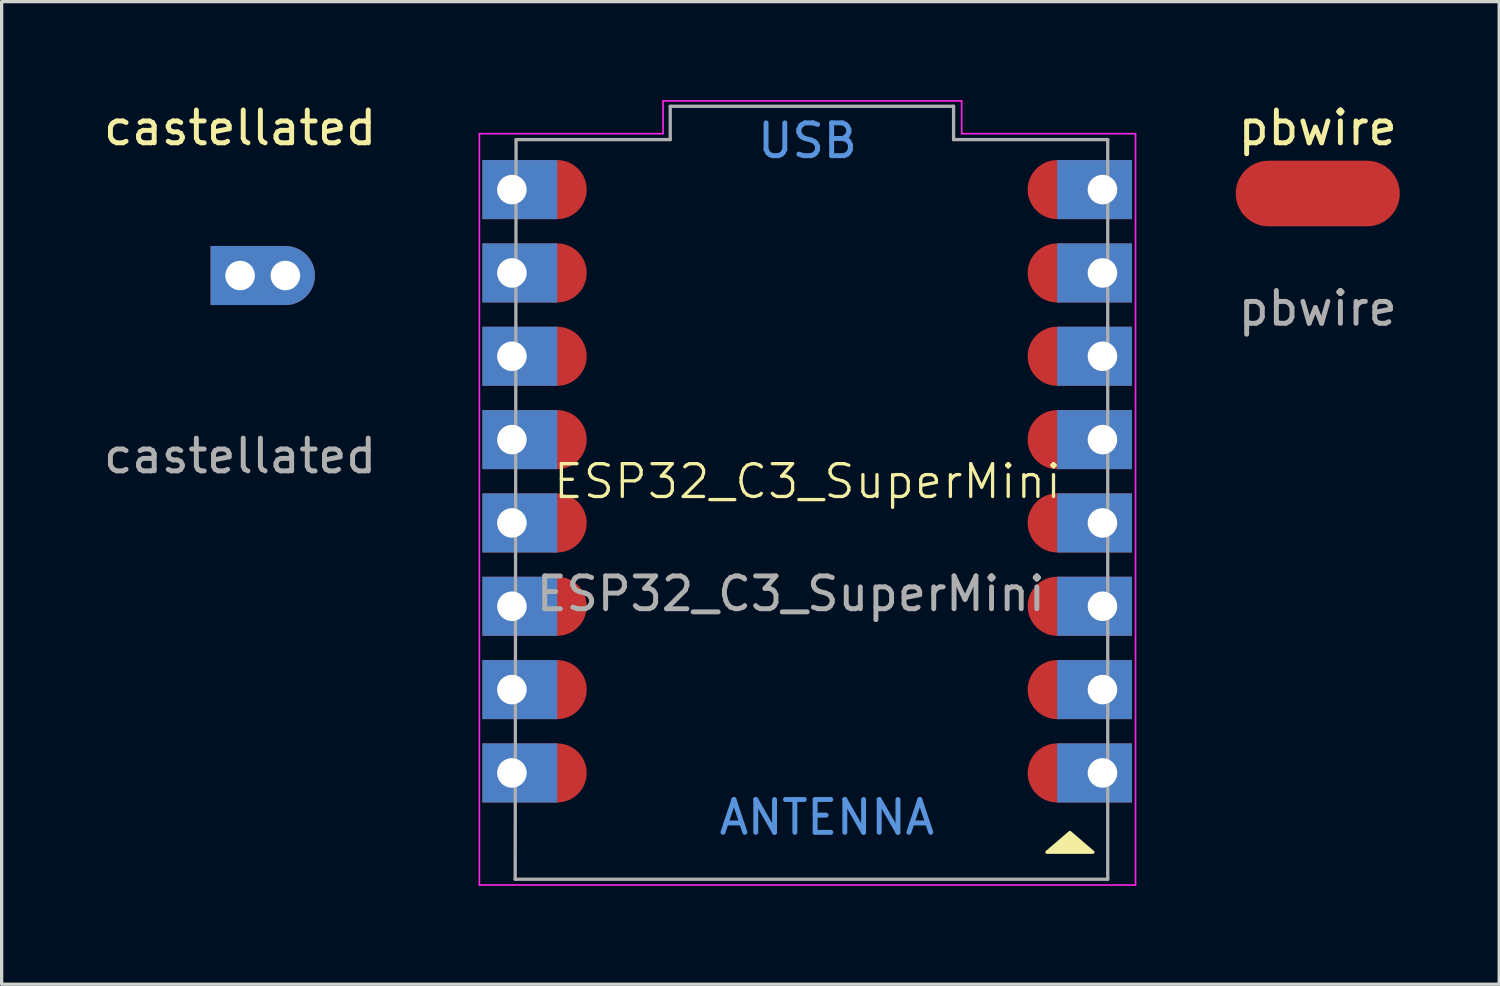
<source format=kicad_pcb>
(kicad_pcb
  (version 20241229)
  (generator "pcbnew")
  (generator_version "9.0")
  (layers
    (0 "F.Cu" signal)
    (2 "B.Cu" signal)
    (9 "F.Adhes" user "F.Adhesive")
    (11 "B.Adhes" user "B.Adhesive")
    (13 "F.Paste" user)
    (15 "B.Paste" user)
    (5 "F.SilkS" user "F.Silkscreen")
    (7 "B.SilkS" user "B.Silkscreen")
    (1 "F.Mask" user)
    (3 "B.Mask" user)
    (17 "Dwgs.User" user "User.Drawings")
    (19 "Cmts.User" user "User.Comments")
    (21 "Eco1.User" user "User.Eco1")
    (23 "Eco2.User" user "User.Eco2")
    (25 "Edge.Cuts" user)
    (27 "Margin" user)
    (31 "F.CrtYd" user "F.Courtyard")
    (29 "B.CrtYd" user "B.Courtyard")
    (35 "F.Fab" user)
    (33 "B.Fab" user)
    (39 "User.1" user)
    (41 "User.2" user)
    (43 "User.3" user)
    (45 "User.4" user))
  (footprint "pbwire"
    (layer "F.Cu")
    (at 37.115 2.848)
    (property "Reference" "pbwire" (at 0 -2 0) (unlocked yes) (layer "F.SilkS") (effects (font (size 1 1) (thickness 0.15))))
    (attr through_hole)
    (fp_text user "${REFERENCE}" (at 0 3.5 0) (unlocked yes) (layer "F.Fab") (effects (font (size 1 1) (thickness 0.15))))
    (pad "1" smd oval (at 0 0) (size 5 2) (layers "F.Cu" "F.Mask" "F.Paste")))
  (footprint "ESP32_C3_SuperMini"
    (layer "F.Cu")
    (at 21.561 11.625)
    (property "Reference" "ESP32_C3_SuperMini" (at 0 0 0) (unlocked yes) (layer "F.SilkS") (effects (font (size 1 1) (thickness 0.1))))
    (attr smd)
    (fp_poly (pts (xy 8.7 11.3) (xy 8 10.7) (xy 7.3 11.3)) (stroke (width 0.1) (type solid)) (fill yes) (layer "F.SilkS"))
    (fp_line (start -10 12.3) (end -10 -10.6) (stroke (width 0.05) (type default)) (layer "F.CrtYd"))
    (fp_line (start -4.4 -11.6) (end -4.4 -10.6) (stroke (width 0.05) (type default)) (layer "F.CrtYd"))
    (fp_line (start -4.4 -11.6) (end 4.7 -11.6) (stroke (width 0.05) (type default)) (layer "F.CrtYd"))
    (fp_line (start -4.4 -10.6) (end -10 -10.6) (stroke (width 0.05) (type default)) (layer "F.CrtYd"))
    (fp_line (start 4.7 -11.6) (end 4.7 -10.6) (stroke (width 0.05) (type default)) (layer "F.CrtYd"))
    (fp_line (start 4.7 -10.6) (end 10 -10.6) (stroke (width 0.05) (type default)) (layer "F.CrtYd"))
    (fp_line (start 10 -10.6) (end 10 12.3) (stroke (width 0.05) (type default)) (layer "F.CrtYd"))
    (fp_line (start 10 12.3) (end -10 12.3) (stroke (width 0.05) (type default)) (layer "F.CrtYd"))
    (fp_line (start -8.908 12.124) (end -8.881 -10.42) (stroke (width 0.1) (type default)) (layer "F.Fab"))
    (fp_line (start -8.881 -10.42) (end -4.182 -10.42) (stroke (width 0.1) (type default)) (layer "F.Fab"))
    (fp_line (start -4.182 -11.436) (end -4.182 -10.42) (stroke (width 0.1) (type default)) (layer "F.Fab"))
    (fp_line (start -4.182 -11.436) (end 4.454 -11.436) (stroke (width 0.1) (type default)) (layer "F.Fab"))
    (fp_line (start 4.454 -11.436) (end 4.454 -10.42) (stroke (width 0.1) (type default)) (layer "F.Fab"))
    (fp_line (start 4.454 -10.42) (end 9.153 -10.42) (stroke (width 0.1) (type default)) (layer "F.Fab"))
    (fp_line (start 9.153 -10.42) (end 9.153 12.124) (stroke (width 0.1) (type default)) (layer "F.Fab"))
    (fp_line (start 9.153 12.124) (end -8.908 12.124) (stroke (width 0.1) (type default)) (layer "F.Fab"))
    (fp_text user "USB" (at 0 -9.8 0) (unlocked yes) (layer "Cmts.User") (effects (font (size 1 1) (thickness 0.15)) (justify bottom)))
    (fp_text user "ANTENNA" (at 0.592 10.824 0) (unlocked yes) (layer "Cmts.User") (effects (font (size 1 1) (thickness 0.15)) (justify bottom)))
    (fp_text user "${REFERENCE}" (at -0.508 3.424 0) (unlocked yes) (layer "F.Fab") (effects (font (size 1 1) (thickness 0.15))))
    (pad "0" smd circle (at 7.612 8.884) (size 1.8 1.8) (layers "F.Cu" "F.Mask" "F.Paste"))
    (pad "0" thru_hole rect (at 8.992 8.884 180) (size 2.28 1.8) (drill 0.9 (offset 0.24 0)) (layers "*.Cu" "*.Mask"))
    (pad "1" smd circle (at 7.612 6.344) (size 1.8 1.8) (layers "F.Cu" "F.Mask" "F.Paste"))
    (pad "1" thru_hole rect (at 8.992 6.344 180) (size 2.28 1.8) (drill 0.9 (offset 0.24 0)) (layers "*.Cu" "*.Mask"))
    (pad "2" smd circle (at 7.612 3.804) (size 1.8 1.8) (layers "F.Cu" "F.Mask" "F.Paste"))
    (pad "2" thru_hole rect (at 8.992 3.804 180) (size 2.28 1.8) (drill 0.9 (offset 0.24 0)) (layers "*.Cu" "*.Mask"))
    (pad "3" smd circle (at 7.612 1.264) (size 1.8 1.8) (layers "F.Cu" "F.Mask" "F.Paste"))
    (pad "3" thru_hole rect (at 8.992 1.264 180) (size 2.28 1.8) (drill 0.9 (offset 0.24 0)) (layers "*.Cu" "*.Mask"))
    (pad "3V3" smd circle (at 7.612 -3.816) (size 1.8 1.8) (layers "F.Cu" "F.Mask" "F.Paste"))
    (pad "3V3" thru_hole rect (at 8.992 -3.816 180) (size 2.28 1.8) (drill 0.9 (offset 0.24 0)) (layers "*.Cu" "*.Mask"))
    (pad "4" smd circle (at 7.612 -1.276) (size 1.8 1.8) (layers "F.Cu" "F.Mask" "F.Paste"))
    (pad "4" thru_hole rect (at 8.992 -1.276 180) (size 2.28 1.8) (drill 0.9 (offset 0.24 0)) (layers "*.Cu" "*.Mask"))
    (pad "5" thru_hole rect (at -9.008 -8.896) (size 2.28 1.8) (drill 0.9 (offset 0.24 0)) (layers "*.Cu" "*.Mask"))
    (pad "5" smd circle (at -7.628 -8.896) (size 1.8 1.8) (layers "F.Cu" "F.Mask" "F.Paste"))
    (pad "5V" smd circle (at 7.612 -8.896) (size 1.8 1.8) (layers "F.Cu" "F.Mask" "F.Paste"))
    (pad "5V" thru_hole rect (at 8.992 -8.896 180) (size 2.28 1.8) (drill 0.9 (offset 0.24 0)) (layers "*.Cu" "*.Mask"))
    (pad "6" thru_hole rect (at -9.008 -6.356) (size 2.28 1.8) (drill 0.9 (offset 0.24 0)) (layers "*.Cu" "*.Mask"))
    (pad "6" smd circle (at -7.628 -6.356) (size 1.8 1.8) (layers "F.Cu" "F.Mask" "F.Paste"))
    (pad "7" thru_hole rect (at -9.008 -3.816) (size 2.28 1.8) (drill 0.9 (offset 0.24 0)) (layers "*.Cu" "*.Mask"))
    (pad "7" smd circle (at -7.628 -3.816) (size 1.8 1.8) (layers "F.Cu" "F.Mask" "F.Paste"))
    (pad "8" thru_hole rect (at -9.008 -1.276) (size 2.28 1.8) (drill 0.9 (offset 0.24 0)) (layers "*.Cu" "*.Mask"))
    (pad "8" smd circle (at -7.628 -1.276) (size 1.8 1.8) (layers "F.Cu" "F.Mask" "F.Paste"))
    (pad "9" thru_hole rect (at -9.008 1.264) (size 2.28 1.8) (drill 0.9 (offset 0.24 0)) (layers "*.Cu" "*.Mask"))
    (pad "9" smd circle (at -7.628 1.264) (size 1.8 1.8) (layers "F.Cu" "F.Mask" "F.Paste"))
    (pad "10" thru_hole rect (at -9.008 3.804) (size 2.28 1.8) (drill 0.9 (offset 0.24 0)) (layers "*.Cu" "*.Mask"))
    (pad "10" smd circle (at -7.628 3.804) (size 1.8 1.8) (layers "F.Cu" "F.Mask" "F.Paste"))
    (pad "20" thru_hole rect (at -9.008 6.344) (size 2.28 1.8) (drill 0.9 (offset 0.24 0)) (layers "*.Cu" "*.Mask"))
    (pad "20" smd circle (at -7.628 6.344) (size 1.8 1.8) (layers "F.Cu" "F.Mask" "F.Paste"))
    (pad "21" thru_hole rect (at -9.008 8.884) (size 2.28 1.8) (drill 0.9 (offset 0.24 0)) (layers "*.Cu" "*.Mask"))
    (pad "21" smd circle (at -7.628 8.884) (size 1.8 1.8) (layers "F.Cu" "F.Mask" "F.Paste"))
    (pad "G" smd circle (at 7.612 -6.356) (size 1.8 1.8) (layers "F.Cu" "F.Mask" "F.Paste"))
    (pad "G" thru_hole rect (at 8.992 -6.356 180) (size 2.28 1.8) (drill 0.9 (offset 0.24 0)) (layers "*.Cu" "*.Mask")))
  (footprint "castellated"
    (layer "F.Cu")
    (at 4.268 5.348)
    (property "Reference" "castellated" (at 0 -4.5 0) (unlocked yes) (layer "F.SilkS") (effects (font (size 1 1) (thickness 0.15))))
    (attr through_hole)
    (fp_text user "${REFERENCE}" (at 0 5.5 0) (unlocked yes) (layer "F.Fab") (effects (font (size 1 1) (thickness 0.15))))
    (pad "1" thru_hole rect (at 0 0) (size 2.28 1.8) (drill 0.9 (offset 0.24 0)) (layers "*.Cu" "*.Mask"))
    (pad "1" thru_hole circle (at 1.38 0) (size 1.8 1.8) (drill 0.9) (layers "*.Cu" "*.Mask")))
  (gr_rect
    (start -3 -3)
    (end 42.645 26.95)
    (stroke (width 0.1) (type default))
    (fill no)
    (layer "Edge.Cuts")))
</source>
